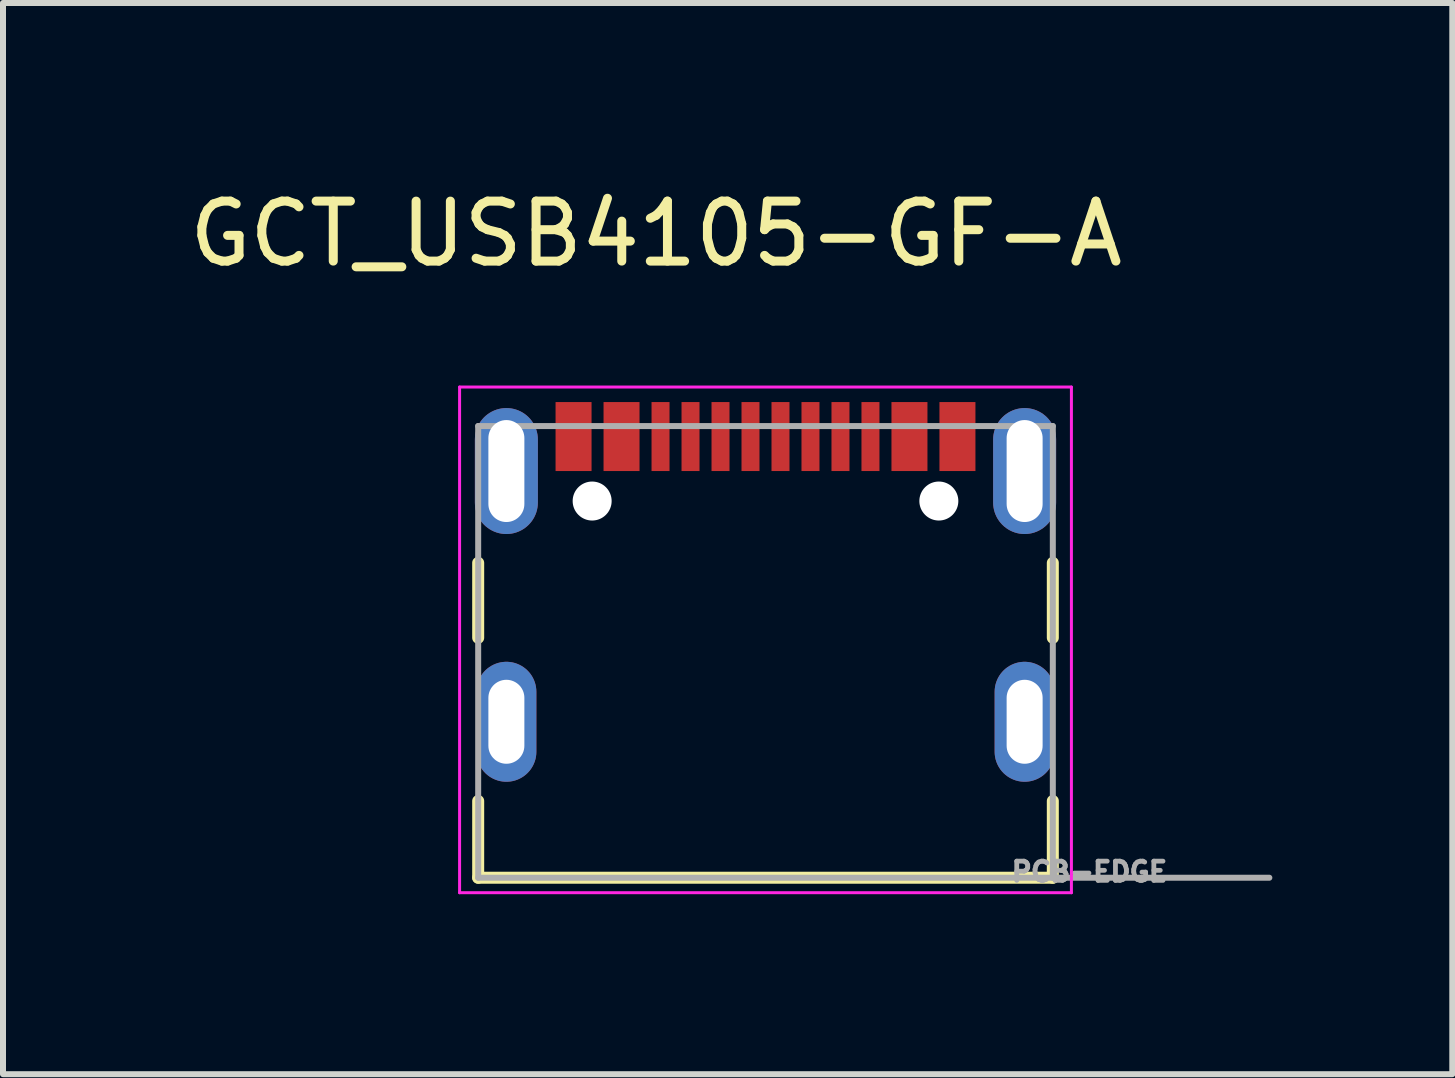
<source format=kicad_pcb>
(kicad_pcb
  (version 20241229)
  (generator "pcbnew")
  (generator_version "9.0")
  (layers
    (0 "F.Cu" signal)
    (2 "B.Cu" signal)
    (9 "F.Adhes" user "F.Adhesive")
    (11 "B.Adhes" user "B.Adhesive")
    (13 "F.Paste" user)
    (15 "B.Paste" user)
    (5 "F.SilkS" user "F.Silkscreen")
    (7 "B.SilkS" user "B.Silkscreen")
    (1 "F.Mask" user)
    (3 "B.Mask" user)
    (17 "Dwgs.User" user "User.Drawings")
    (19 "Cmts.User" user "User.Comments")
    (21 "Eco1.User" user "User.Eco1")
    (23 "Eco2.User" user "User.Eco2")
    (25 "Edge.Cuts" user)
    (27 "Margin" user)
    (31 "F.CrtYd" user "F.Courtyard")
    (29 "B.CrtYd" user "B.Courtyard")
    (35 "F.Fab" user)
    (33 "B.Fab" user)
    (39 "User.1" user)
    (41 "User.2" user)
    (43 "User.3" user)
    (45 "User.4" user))
  (footprint "GCT_USB4105-GF-A"
    (layer "F.Cu")
    (at 9.712 8.983)
    (property "Reference" "GCT_USB4105-GF-A" (at -1.825 -8.135 0) (layer "F.SilkS") (effects (font (size 1 1) (thickness 0.15))))
    (attr through_hole)
    (fp_line (start -4.79 -2.65) (end -4.79 -1.4) (stroke (width 0.2) (type solid)) (layer "F.SilkS"))
    (fp_line (start -4.79 1.32) (end -4.79 2.6) (stroke (width 0.2) (type solid)) (layer "F.SilkS"))
    (fp_line (start -4.79 2.6) (end 4.79 2.6) (stroke (width 0.2) (type solid)) (layer "F.SilkS"))
    (fp_line (start 4.79 -2.65) (end 4.79 -1.4) (stroke (width 0.2) (type solid)) (layer "F.SilkS"))
    (fp_line (start 4.79 2.6) (end 4.79 1.32) (stroke (width 0.2) (type solid)) (layer "F.SilkS"))
    (fp_line (start -5.1 -5.58) (end -5.1 2.85) (stroke (width 0.05) (type solid)) (layer "F.CrtYd"))
    (fp_line (start -5.1 2.85) (end 5.1 2.85) (stroke (width 0.05) (type solid)) (layer "F.CrtYd"))
    (fp_line (start 5.1 -5.58) (end -5.1 -5.58) (stroke (width 0.05) (type solid)) (layer "F.CrtYd"))
    (fp_line (start 5.1 2.85) (end 5.1 -5.58) (stroke (width 0.05) (type solid)) (layer "F.CrtYd"))
    (fp_line (start -4.79 -4.93) (end 4.79 -4.93) (stroke (width 0.1) (type solid)) (layer "F.Fab"))
    (fp_line (start -4.79 2.6) (end -4.79 -4.93) (stroke (width 0.1) (type solid)) (layer "F.Fab"))
    (fp_line (start 4.79 -4.93) (end 4.79 2.6) (stroke (width 0.1) (type solid)) (layer "F.Fab"))
    (fp_line (start 4.79 2.6) (end -4.79 2.6) (stroke (width 0.1) (type solid)) (layer "F.Fab"))
    (fp_line (start 4.8 2.6) (end 8.4 2.6) (stroke (width 0.1) (type solid)) (layer "F.Fab"))
    (fp_text user "PCB-EDGE" (at 5.4 2.5 0) (layer "F.Fab") (effects (font (size 0.32 0.32) (thickness 0.15))))
    (pad "" np_thru_hole circle (at -2.89 -3.68) (size 0.65 0.65) (drill 0.65) (layers "*.Cu" "*.Mask"))
    (pad "" np_thru_hole circle (at 2.89 -3.68) (size 0.65 0.65) (drill 0.65) (layers "*.Cu" "*.Mask"))
    (pad "A1_B12" smd rect (at -3.2 -4.755) (size 0.6 1.15) (layers "F.Cu" "F.Mask" "F.Paste"))
    (pad "A4_B9" smd rect (at -2.4 -4.755) (size 0.6 1.15) (layers "F.Cu" "F.Mask" "F.Paste"))
    (pad "A5" smd rect (at -1.25 -4.755) (size 0.3 1.15) (layers "F.Cu" "F.Mask" "F.Paste"))
    (pad "A6" smd rect (at -0.25 -4.755) (size 0.3 1.15) (layers "F.Cu" "F.Mask" "F.Paste"))
    (pad "A7" smd rect (at 0.25 -4.755) (size 0.3 1.15) (layers "F.Cu" "F.Mask" "F.Paste"))
    (pad "A8" smd rect (at 1.25 -4.755) (size 0.3 1.15) (layers "F.Cu" "F.Mask" "F.Paste"))
    (pad "B1_A12" smd rect (at 3.2 -4.755) (size 0.6 1.15) (layers "F.Cu" "F.Mask" "F.Paste"))
    (pad "B4_A9" smd rect (at 2.4 -4.755) (size 0.6 1.15) (layers "F.Cu" "F.Mask" "F.Paste"))
    (pad "B5" smd rect (at 1.75 -4.755) (size 0.3 1.15) (layers "F.Cu" "F.Mask" "F.Paste"))
    (pad "B6" smd rect (at 0.75 -4.755) (size 0.3 1.15) (layers "F.Cu" "F.Mask" "F.Paste"))
    (pad "B7" smd rect (at -0.75 -4.755) (size 0.3 1.15) (layers "F.Cu" "F.Mask" "F.Paste"))
    (pad "B8" smd rect (at -1.75 -4.755) (size 0.3 1.15) (layers "F.Cu" "F.Mask" "F.Paste"))
    (pad "S1" thru_hole oval (at -4.32 -4.18) (size 1.05 2.1) (drill oval 0.6 1.7) (layers "*.Cu" "*.Mask"))
    (pad "S2" thru_hole oval (at -4.32 0) (size 1 2) (drill oval 0.6 1.4) (layers "*.Cu" "*.Mask"))
    (pad "S3" thru_hole oval (at 4.32 0) (size 1 2) (drill oval 0.6 1.4) (layers "*.Cu" "*.Mask"))
    (pad "S4" thru_hole oval (at 4.32 -4.18) (size 1.05 2.1) (drill oval 0.6 1.7) (layers "*.Cu" "*.Mask")))
  (gr_rect
    (start -3 -3)
    (end 21.162 14.858)
    (stroke (width 0.1) (type default))
    (fill no)
    (layer "Edge.Cuts")))
</source>
